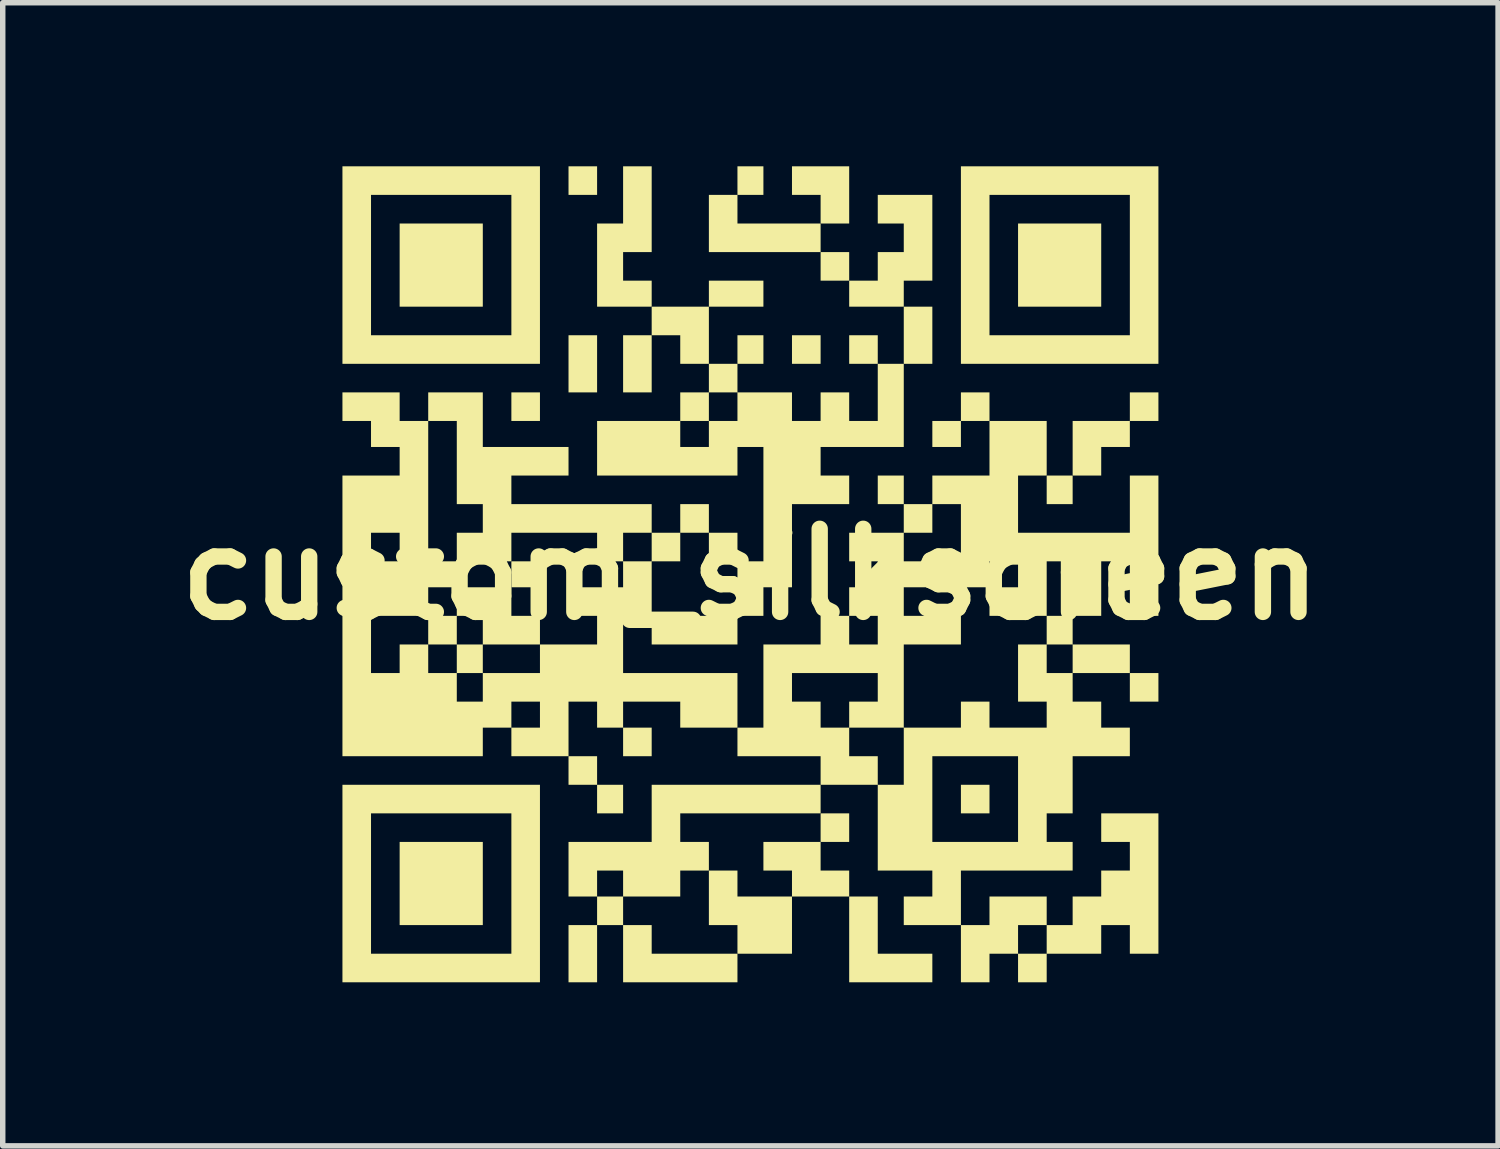
<source format=kicad_pcb>
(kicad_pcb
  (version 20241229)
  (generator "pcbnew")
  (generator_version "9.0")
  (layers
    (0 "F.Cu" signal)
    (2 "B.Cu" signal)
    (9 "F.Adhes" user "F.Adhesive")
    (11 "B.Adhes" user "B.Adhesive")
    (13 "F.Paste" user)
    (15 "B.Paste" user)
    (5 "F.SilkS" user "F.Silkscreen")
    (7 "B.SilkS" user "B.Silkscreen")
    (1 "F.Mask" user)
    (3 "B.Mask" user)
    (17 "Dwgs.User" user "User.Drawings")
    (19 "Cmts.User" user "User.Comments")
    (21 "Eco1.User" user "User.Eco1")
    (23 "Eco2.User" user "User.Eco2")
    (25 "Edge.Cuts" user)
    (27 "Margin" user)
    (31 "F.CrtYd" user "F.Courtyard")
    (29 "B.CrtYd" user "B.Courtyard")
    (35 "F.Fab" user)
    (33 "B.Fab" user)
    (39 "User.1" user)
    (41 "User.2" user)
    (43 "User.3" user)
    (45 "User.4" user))
  (footprint "custom_silkscreen"
    (layer "F.Cu")
    (at 10.712 7.482)
    (property "Reference" "custom_silkscreen" (at 0 0 0) (layer "F.SilkS") (effects (font (size 1.524 1.524) (thickness 0.3))))
    (attr board_only exclude_from_pos_files exclude_from_bom)
    (fp_poly (pts (xy -4.908 -4.908) (xy -6.433 -4.908) (xy -6.433 -6.433) (xy -4.908 -6.433)) (stroke (width 0) (type solid)) (fill yes) (layer "F.SilkS"))
    (fp_poly (pts (xy -4.908 6.433) (xy -6.433 6.433) (xy -6.433 4.908) (xy -4.908 4.908)) (stroke (width 0) (type solid)) (fill yes) (layer "F.SilkS"))
    (fp_poly (pts (xy -3.86 -2.812) (xy -4.384 -2.812) (xy -4.384 -3.336) (xy -3.86 -3.336)) (stroke (width 0) (type solid)) (fill yes) (layer "F.SilkS"))
    (fp_poly (pts (xy -3.86 0.238) (xy -4.384 0.238) (xy -4.384 -0.238) (xy -3.86 -0.238)) (stroke (width 0) (type solid)) (fill yes) (layer "F.SilkS"))
    (fp_poly (pts (xy -2.812 -6.958) (xy -3.336 -6.958) (xy -3.336 -7.482) (xy -2.812 -7.482)) (stroke (width 0) (type solid)) (fill yes) (layer "F.SilkS"))
    (fp_poly (pts (xy -2.812 -3.336) (xy -3.336 -3.336) (xy -3.336 -4.384) (xy -2.812 -4.384)) (stroke (width 0) (type solid)) (fill yes) (layer "F.SilkS"))
    (fp_poly (pts (xy -2.812 3.86) (xy -3.336 3.86) (xy -3.336 3.336) (xy -2.812 3.336)) (stroke (width 0) (type solid)) (fill yes) (layer "F.SilkS"))
    (fp_poly (pts (xy -2.812 7.482) (xy -3.336 7.482) (xy -3.336 6.433) (xy -2.812 6.433)) (stroke (width 0) (type solid)) (fill yes) (layer "F.SilkS"))
    (fp_poly (pts (xy -2.335 4.384) (xy -2.812 4.384) (xy -2.812 3.86) (xy -2.335 3.86)) (stroke (width 0) (type solid)) (fill yes) (layer "F.SilkS"))
    (fp_poly (pts (xy -1.811 -3.336) (xy -2.335 -3.336) (xy -2.335 -4.384) (xy -1.811 -4.384)) (stroke (width 0) (type solid)) (fill yes) (layer "F.SilkS"))
    (fp_poly (pts (xy -1.811 3.336) (xy -2.335 3.336) (xy -2.335 2.812) (xy -1.811 2.812)) (stroke (width 0) (type solid)) (fill yes) (layer "F.SilkS"))
    (fp_poly (pts (xy -0.762 -0.762) (xy -1.287 -0.762) (xy -1.287 -1.287) (xy -0.762 -1.287)) (stroke (width 0) (type solid)) (fill yes) (layer "F.SilkS"))
    (fp_poly (pts (xy -0.238 -0.238) (xy -0.762 -0.238) (xy -0.762 -0.762) (xy -0.238 -0.762)) (stroke (width 0) (type solid)) (fill yes) (layer "F.SilkS"))
    (fp_poly (pts (xy -0.238 1.287) (xy -1.811 1.287) (xy -1.811 0.762) (xy -0.238 0.762)) (stroke (width 0) (type solid)) (fill yes) (layer "F.SilkS"))
    (fp_poly (pts (xy 0.238 -6.958) (xy -0.238 -6.958) (xy -0.238 -7.482) (xy 0.238 -7.482)) (stroke (width 0) (type solid)) (fill yes) (layer "F.SilkS"))
    (fp_poly (pts (xy 0.238 -4.908) (xy -0.762 -4.908) (xy -0.762 -5.385) (xy 0.238 -5.385)) (stroke (width 0) (type solid)) (fill yes) (layer "F.SilkS"))
    (fp_poly (pts (xy 0.238 -3.86) (xy -0.238 -3.86) (xy -0.238 -4.384) (xy 0.238 -4.384)) (stroke (width 0) (type solid)) (fill yes) (layer "F.SilkS"))
    (fp_poly (pts (xy 1.287 -3.86) (xy 0.762 -3.86) (xy 0.762 -4.384) (xy 1.287 -4.384)) (stroke (width 0) (type solid)) (fill yes) (layer "F.SilkS"))
    (fp_poly (pts (xy 1.811 -5.385) (xy 1.287 -5.385) (xy 1.287 -5.909) (xy 1.811 -5.909)) (stroke (width 0) (type solid)) (fill yes) (layer "F.SilkS"))
    (fp_poly (pts (xy 1.811 4.908) (xy 1.287 4.908) (xy 1.287 4.384) (xy 1.811 4.384)) (stroke (width 0) (type solid)) (fill yes) (layer "F.SilkS"))
    (fp_poly (pts (xy 2.335 -3.86) (xy 1.811 -3.86) (xy 1.811 -4.384) (xy 2.335 -4.384)) (stroke (width 0) (type solid)) (fill yes) (layer "F.SilkS"))
    (fp_poly (pts (xy 2.812 -1.287) (xy 2.335 -1.287) (xy 2.335 -1.811) (xy 2.812 -1.811)) (stroke (width 0) (type solid)) (fill yes) (layer "F.SilkS"))
    (fp_poly (pts (xy 3.336 -3.86) (xy 2.812 -3.86) (xy 2.812 -4.908) (xy 3.336 -4.908)) (stroke (width 0) (type solid)) (fill yes) (layer "F.SilkS"))
    (fp_poly (pts (xy 3.86 -2.335) (xy 3.336 -2.335) (xy 3.336 -2.812) (xy 3.86 -2.812)) (stroke (width 0) (type solid)) (fill yes) (layer "F.SilkS"))
    (fp_poly (pts (xy 4.384 -2.812) (xy 3.86 -2.812) (xy 3.86 -3.336) (xy 4.384 -3.336)) (stroke (width 0) (type solid)) (fill yes) (layer "F.SilkS"))
    (fp_poly (pts (xy 4.384 4.384) (xy 3.86 4.384) (xy 3.86 3.86) (xy 4.384 3.86)) (stroke (width 0) (type solid)) (fill yes) (layer "F.SilkS"))
    (fp_poly (pts (xy 5.909 -1.287) (xy 5.433 -1.287) (xy 5.433 -1.811) (xy 5.909 -1.811)) (stroke (width 0) (type solid)) (fill yes) (layer "F.SilkS"))
    (fp_poly (pts (xy 6.433 -4.908) (xy 4.908 -4.908) (xy 4.908 -6.433) (xy 6.433 -6.433)) (stroke (width 0) (type solid)) (fill yes) (layer "F.SilkS"))
    (fp_poly (pts (xy 7.482 -2.812) (xy 6.958 -2.812) (xy 6.958 -3.336) (xy 7.482 -3.336)) (stroke (width 0) (type solid)) (fill yes) (layer "F.SilkS"))
    (fp_poly (pts (xy 7.482 2.335) (xy 6.958 2.335) (xy 6.958 1.811) (xy 7.482 1.811)) (stroke (width 0) (type solid)) (fill yes) (layer "F.SilkS"))
    (fp_poly (pts (xy -1.811 -4.908) (xy -0.762 -4.908) (xy -0.762 -3.86) (xy -1.287 -3.86) (xy -1.287 -4.384) (xy -1.811 -4.384)) (stroke (width 0) (type solid)) (fill yes) (layer "F.SilkS"))
    (fp_poly (pts (xy -1.811 6.958) (xy -0.238 6.958) (xy -0.238 7.482) (xy -2.335 7.482) (xy -2.335 6.433) (xy -1.811 6.433)) (stroke (width 0) (type solid)) (fill yes) (layer "F.SilkS"))
    (fp_poly (pts (xy -0.238 -6.433) (xy 1.287 -6.433) (xy 1.287 -5.909) (xy -0.762 -5.909) (xy -0.762 -6.958) (xy -0.238 -6.958)) (stroke (width 0) (type solid)) (fill yes) (layer "F.SilkS"))
    (fp_poly (pts (xy 1.811 -6.433) (xy 1.287 -6.433) (xy 1.287 -6.958) (xy 0.762 -6.958) (xy 0.762 -7.482) (xy 1.811 -7.482)) (stroke (width 0) (type solid)) (fill yes) (layer "F.SilkS"))
    (fp_poly (pts (xy 2.335 6.958) (xy 3.336 6.958) (xy 3.336 7.482) (xy 1.811 7.482) (xy 1.811 5.909) (xy 2.335 5.909)) (stroke (width 0) (type solid)) (fill yes) (layer "F.SilkS"))
    (fp_poly (pts (xy 6.958 -2.335) (xy 6.433 -2.335) (xy 6.433 -1.811) (xy 5.909 -1.811) (xy 5.909 -2.812) (xy 6.958 -2.812)) (stroke (width 0) (type solid)) (fill yes) (layer "F.SilkS"))
    (fp_poly (pts (xy -0.238 5.909) (xy 0.762 5.909) (xy 0.762 6.958) (xy -0.238 6.958) (xy -0.238 6.433) (xy -0.762 6.433) (xy -0.762 5.433) (xy -0.238 5.433)) (stroke (width 0) (type solid)) (fill yes) (layer "F.SilkS"))
    (fp_poly (pts (xy 1.287 5.433) (xy 1.811 5.433) (xy 1.811 5.909) (xy 0.762 5.909) (xy 0.762 5.433) (xy 0.238 5.433) (xy 0.238 4.908) (xy 1.287 4.908)) (stroke (width 0) (type solid)) (fill yes) (layer "F.SilkS"))
    (fp_poly (pts (xy -1.811 -5.909) (xy -2.335 -5.909) (xy -2.335 -5.385) (xy -1.811 -5.385) (xy -1.811 -4.908) (xy -2.812 -4.908) (xy -2.812 -6.433) (xy -2.335 -6.433) (xy -2.335 -7.482) (xy -1.811 -7.482)) (stroke (width 0) (type solid)) (fill yes) (layer "F.SilkS"))
    (fp_poly (pts (xy -3.86 -3.86) (xy -7.482 -3.86) (xy -7.482 -4.384) (xy -6.958 -4.384) (xy -4.384 -4.384) (xy -4.384 -6.958) (xy -6.958 -6.958) (xy -6.958 -4.384) (xy -7.482 -4.384) (xy -7.482 -7.482) (xy -3.86 -7.482)) (stroke (width 0) (type solid)) (fill yes) (layer "F.SilkS"))
    (fp_poly (pts (xy -3.86 7.482) (xy -7.482 7.482) (xy -7.482 6.958) (xy -6.958 6.958) (xy -4.384 6.958) (xy -4.384 4.384) (xy -6.958 4.384) (xy -6.958 6.958) (xy -7.482 6.958) (xy -7.482 3.86) (xy -3.86 3.86)) (stroke (width 0) (type solid)) (fill yes) (layer "F.SilkS"))
    (fp_poly (pts (xy 7.482 -3.86) (xy 3.86 -3.86) (xy 3.86 -4.384) (xy 4.384 -4.384) (xy 6.958 -4.384) (xy 6.958 -6.958) (xy 4.384 -6.958) (xy 4.384 -4.384) (xy 3.86 -4.384) (xy 3.86 -7.482) (xy 7.482 -7.482)) (stroke (width 0) (type solid)) (fill yes) (layer "F.SilkS"))
    (fp_poly (pts (xy 3.336 -5.385) (xy 2.812 -5.385) (xy 2.812 -4.908) (xy 1.811 -4.908) (xy 1.811 -5.385) (xy 2.335 -5.385) (xy 2.335 -5.909) (xy 2.812 -5.909) (xy 2.812 -6.433) (xy 2.335 -6.433) (xy 2.335 -6.958) (xy 3.336 -6.958)) (stroke (width 0) (type solid)) (fill yes) (layer "F.SilkS"))
    (fp_poly (pts (xy -4.384 0.762) (xy -3.86 0.762) (xy -3.86 1.287) (xy -4.908 1.287) (xy -4.908 1.811) (xy -5.385 1.811) (xy -5.385 1.287) (xy -4.908 1.287) (xy -4.908 0.762) (xy -5.385 0.762) (xy -5.385 1.287) (xy -5.909 1.287) (xy -5.909 0.762) (xy -5.385 0.762) (xy -5.385 0.238) (xy -4.384 0.238)) (stroke (width 0) (type solid)) (fill yes) (layer "F.SilkS"))
    (fp_poly (pts (xy 1.287 4.384) (xy -1.287 4.384) (xy -1.287 4.908) (xy -0.762 4.908) (xy -0.762 5.433) (xy -1.287 5.433) (xy -1.287 5.909) (xy -2.335 5.909) (xy -2.335 6.433) (xy -2.812 6.433) (xy -2.812 5.909) (xy -2.335 5.909) (xy -2.335 5.433) (xy -2.812 5.433) (xy -2.812 5.909) (xy -3.336 5.909) (xy -3.336 4.908) (xy -1.811 4.908) (xy -1.811 3.86) (xy 1.287 3.86)) (stroke (width 0) (type solid)) (fill yes) (layer "F.SilkS"))
    (fp_poly (pts (xy 7.482 6.958) (xy 6.958 6.958) (xy 6.958 6.433) (xy 6.433 6.433) (xy 6.433 6.958) (xy 5.433 6.958) (xy 5.433 7.482) (xy 4.908 7.482) (xy 4.908 6.958) (xy 5.433 6.958) (xy 5.433 6.433) (xy 4.908 6.433) (xy 4.908 6.958) (xy 4.384 6.958) (xy 4.384 7.482) (xy 3.86 7.482) (xy 3.86 6.433) (xy 4.384 6.433) (xy 4.384 5.909) (xy 5.433 5.909) (xy 5.433 6.433) (xy 5.909 6.433) (xy 5.909 5.909) (xy 6.433 5.909) (xy 6.433 5.433) (xy 6.958 5.433) (xy 6.958 4.908) (xy 6.433 4.908) (xy 6.433 4.384) (xy 7.482 4.384)) (stroke (width 0) (type solid)) (fill yes) (layer "F.SilkS"))
    (fp_poly (pts (xy 0.762 -3.336) (xy 0.762 -2.812) (xy 1.287 -2.812) (xy 1.287 -3.336) (xy 1.811 -3.336) (xy 1.811 -2.812) (xy 2.335 -2.812) (xy 2.335 -3.86) (xy 2.812 -3.86) (xy 2.812 -2.335) (xy 1.287 -2.335) (xy 1.287 -1.811) (xy 1.811 -1.811) (xy 1.811 -1.287) (xy 0.762 -1.287) (xy 0.762 0.238) (xy 0.238 0.238) (xy 0.238 0.762) (xy -0.238 0.762) (xy -0.238 -0.238) (xy 0.238 -0.238) (xy 0.238 -2.335) (xy -0.238 -2.335) (xy -0.238 -1.811) (xy -2.812 -1.811) (xy -2.812 -2.335) (xy -1.287 -2.335) (xy -0.762 -2.335) (xy -0.762 -2.812) (xy -0.238 -2.812) (xy -0.238 -3.336) (xy -0.762 -3.336) (xy -0.762 -2.812) (xy -1.287 -2.812) (xy -1.287 -2.335) (xy -2.812 -2.335) (xy -2.812 -2.812) (xy -1.287 -2.812) (xy -1.287 -3.336) (xy -0.762 -3.336) (xy -0.762 -3.86) (xy -0.238 -3.86) (xy -0.238 -3.336)) (stroke (width 0) (type solid)) (fill yes) (layer "F.SilkS"))
    (fp_poly (pts (xy -1.287 -0.762) (xy -1.287 -0.238) (xy -1.811 -0.238) (xy -1.811 0.762) (xy -2.335 0.762) (xy -2.335 1.811) (xy -0.238 1.811) (xy -0.238 2.812) (xy -1.287 2.812) (xy -1.287 2.335) (xy -2.335 2.335) (xy -2.335 2.812) (xy -2.812 2.812) (xy -2.812 2.335) (xy -3.336 2.335) (xy -3.336 3.336) (xy -4.384 3.336) (xy -4.384 2.812) (xy -3.86 2.812) (xy -3.86 2.335) (xy -4.384 2.335) (xy -4.384 2.812) (xy -4.908 2.812) (xy -4.908 3.336) (xy -7.482 3.336) (xy -7.482 1.811) (xy -6.958 1.811) (xy -6.433 1.811) (xy -6.433 1.287) (xy -5.909 1.287) (xy -5.909 1.811) (xy -5.385 1.811) (xy -5.385 2.335) (xy -4.908 2.335) (xy -4.908 1.811) (xy -3.86 1.811) (xy -3.86 1.287) (xy -2.812 1.287) (xy -2.812 0.762) (xy -3.336 0.762) (xy -3.336 0.238) (xy -2.335 0.238) (xy -2.335 -0.238) (xy -1.811 -0.238) (xy -1.811 -0.762) (xy -2.335 -0.762) (xy -2.335 -0.238) (xy -2.812 -0.238) (xy -2.812 -0.762) (xy -4.384 -0.762) (xy -4.384 -0.238) (xy -5.385 -0.238) (xy -5.385 0.238) (xy -5.909 0.238) (xy -5.909 0.762) (xy -6.958 0.762) (xy -6.958 1.811) (xy -7.482 1.811) (xy -7.482 -0.238) (xy -6.958 -0.238) (xy -6.433 -0.238) (xy -5.909 -0.238) (xy -5.385 -0.238) (xy -5.385 -0.762) (xy -4.908 -0.762) (xy -4.908 -1.287) (xy -5.385 -1.287) (xy -5.385 -2.812) (xy -5.909 -2.812) (xy -5.909 -0.238) (xy -6.433 -0.238) (xy -6.433 -0.762) (xy -6.958 -0.762) (xy -6.958 -0.238) (xy -7.482 -0.238) (xy -7.482 -1.811) (xy -6.433 -1.811) (xy -6.433 -2.335) (xy -6.958 -2.335) (xy -6.958 -2.812) (xy -7.482 -2.812) (xy -7.482 -3.336) (xy -6.433 -3.336) (xy -6.433 -2.812) (xy -5.909 -2.812) (xy -5.909 -3.336) (xy -4.908 -3.336) (xy -4.908 -2.335) (xy -3.336 -2.335) (xy -3.336 -1.811) (xy -4.384 -1.811) (xy -4.384 -1.287) (xy -1.811 -1.287) (xy -1.811 -0.762)) (stroke (width 0) (type solid)) (fill yes) (layer "F.SilkS"))
    (fp_poly (pts (xy 1.287 3.336) (xy 1.811 3.336) (xy 2.335 3.336) (xy 2.335 3.86) (xy 2.812 3.86) (xy 2.812 2.812) (xy 3.86 2.812) (xy 3.86 2.335) (xy 4.384 2.335) (xy 4.384 2.812) (xy 5.433 2.812) (xy 5.433 2.335) (xy 4.908 2.335) (xy 4.908 1.811) (xy 5.433 1.811) (xy 5.909 1.811) (xy 5.909 1.287) (xy 5.433 1.287) (xy 5.433 1.811) (xy 4.908 1.811) (xy 4.908 1.287) (xy 5.433 1.287) (xy 5.433 0.762) (xy 5.909 0.762) (xy 5.909 -0.238) (xy 5.433 -0.238) (xy 5.433 0.762) (xy 4.384 0.762) (xy 4.384 0.238) (xy 4.908 0.238) (xy 4.908 -0.238) (xy 4.384 -0.238) (xy 4.384 0.238) (xy 2.812 0.238) (xy 2.812 0.762) (xy 3.86 0.762) (xy 3.86 1.287) (xy 2.812 1.287) (xy 2.812 2.812) (xy 1.811 2.812) (xy 1.811 3.336) (xy 1.287 3.336) (xy -0.238 3.336) (xy -0.238 2.812) (xy 0.238 2.812) (xy 0.238 2.335) (xy 0.762 2.335) (xy 1.287 2.335) (xy 1.287 2.812) (xy 1.811 2.812) (xy 1.811 2.335) (xy 2.335 2.335) (xy 2.335 1.811) (xy 0.762 1.811) (xy 0.762 2.335) (xy 0.238 2.335) (xy 0.238 1.287) (xy 1.287 1.287) (xy 1.811 1.287) (xy 2.335 1.287) (xy 2.335 0.762) (xy 1.811 0.762) (xy 1.811 1.287) (xy 1.287 1.287) (xy 1.287 0.762) (xy 1.811 0.762) (xy 1.811 0.238) (xy 2.335 0.238) (xy 2.335 -0.238) (xy 2.812 -0.238) (xy 3.86 -0.238) (xy 3.86 -1.287) (xy 3.336 -1.287) (xy 3.336 -0.762) (xy 2.812 -0.762) (xy 2.812 -0.238) (xy 2.335 -0.238) (xy 1.811 -0.238) (xy 1.811 -0.762) (xy 2.812 -0.762) (xy 2.812 -1.287) (xy 3.336 -1.287) (xy 3.336 -1.811) (xy 4.384 -1.811) (xy 4.384 -2.812) (xy 5.433 -2.812) (xy 5.433 -1.811) (xy 4.908 -1.811) (xy 4.908 -0.762) (xy 6.958 -0.762) (xy 6.958 -1.811) (xy 7.482 -1.811) (xy 7.482 0.762) (xy 6.958 0.762) (xy 6.958 -0.238) (xy 6.433 -0.238) (xy 6.433 0.762) (xy 5.909 0.762) (xy 5.909 1.287) (xy 6.958 1.287) (xy 6.958 1.811) (xy 5.909 1.811) (xy 5.909 2.335) (xy 6.433 2.335) (xy 6.433 2.812) (xy 6.958 2.812) (xy 6.958 3.336) (xy 5.909 3.336) (xy 5.909 4.384) (xy 5.433 4.384) (xy 5.433 4.908) (xy 5.909 4.908) (xy 5.909 5.433) (xy 3.86 5.433) (xy 3.86 6.433) (xy 2.812 6.433) (xy 2.812 5.909) (xy 3.336 5.909) (xy 3.336 5.433) (xy 2.335 5.433) (xy 2.335 4.908) (xy 3.336 4.908) (xy 4.908 4.908) (xy 4.908 3.336) (xy 3.336 3.336) (xy 3.336 4.908) (xy 2.335 4.908) (xy 2.335 3.86) (xy 1.287 3.86)) (stroke (width 0) (type solid)) (fill yes) (layer "F.SilkS")))
  (gr_rect
    (start -3 -3)
    (end 24.423 17.964)
    (stroke (width 0.1) (type default))
    (fill no)
    (layer "Edge.Cuts")))
</source>
